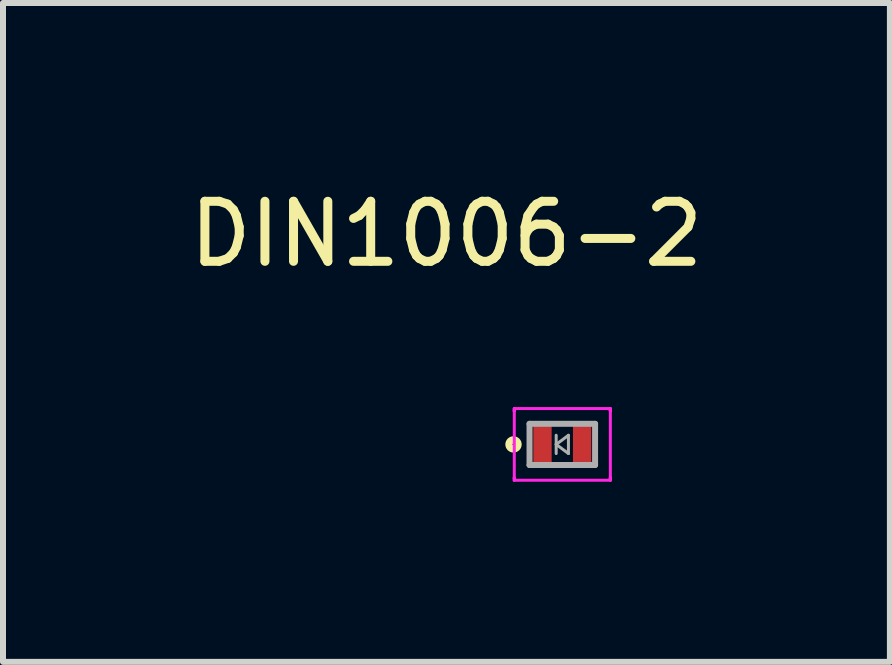
<source format=kicad_pcb>
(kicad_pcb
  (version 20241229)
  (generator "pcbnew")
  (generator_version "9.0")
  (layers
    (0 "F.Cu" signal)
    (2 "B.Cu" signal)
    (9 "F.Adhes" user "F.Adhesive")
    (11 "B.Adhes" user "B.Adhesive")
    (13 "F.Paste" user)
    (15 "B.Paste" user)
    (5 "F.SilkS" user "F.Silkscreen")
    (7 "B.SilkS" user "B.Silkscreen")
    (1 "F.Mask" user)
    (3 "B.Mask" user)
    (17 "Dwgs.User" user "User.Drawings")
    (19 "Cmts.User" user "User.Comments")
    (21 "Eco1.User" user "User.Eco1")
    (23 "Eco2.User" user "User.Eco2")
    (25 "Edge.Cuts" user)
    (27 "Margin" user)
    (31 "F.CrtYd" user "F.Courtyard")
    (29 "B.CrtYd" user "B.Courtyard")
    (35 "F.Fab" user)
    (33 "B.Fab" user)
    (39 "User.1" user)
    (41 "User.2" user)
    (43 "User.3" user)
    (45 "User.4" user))
  (footprint "DIN1006-2"
    (layer "F.Cu")
    (at 6.317 4.353)
    (property "Reference" "DIN1006-2" (at -1.93 -3.505 0) (layer "F.SilkS") (effects (font (size 1 1) (thickness 0.15))))
    (attr through_hole)
    (fp_circle (center -0.813 0) (end -0.737 0) (stroke (width 0.12) (type solid)) (fill no) (layer "F.SilkS"))
    (fp_line (start -0.8 -0.597) (end 0.8 -0.597) (stroke (width 0.05) (type solid)) (layer "F.CrtYd"))
    (fp_line (start -0.8 -0.559) (end -0.8 -0.597) (stroke (width 0.05) (type solid)) (layer "F.CrtYd"))
    (fp_line (start -0.8 -0.559) (end -0.8 -0.597) (stroke (width 0.05) (type solid)) (layer "F.CrtYd"))
    (fp_line (start -0.8 -0.559) (end -0.8 -0.559) (stroke (width 0.05) (type solid)) (layer "F.CrtYd"))
    (fp_line (start -0.8 -0.559) (end -0.8 -0.559) (stroke (width 0.05) (type solid)) (layer "F.CrtYd"))
    (fp_line (start -0.8 0.559) (end -0.8 -0.559) (stroke (width 0.05) (type solid)) (layer "F.CrtYd"))
    (fp_line (start -0.8 0.559) (end -0.8 0.559) (stroke (width 0.05) (type solid)) (layer "F.CrtYd"))
    (fp_line (start -0.8 0.559) (end -0.8 0.559) (stroke (width 0.05) (type solid)) (layer "F.CrtYd"))
    (fp_line (start -0.8 0.597) (end -0.8 0.559) (stroke (width 0.05) (type solid)) (layer "F.CrtYd"))
    (fp_line (start -0.8 0.597) (end -0.8 0.559) (stroke (width 0.05) (type solid)) (layer "F.CrtYd"))
    (fp_line (start 0.8 -0.597) (end 0.8 -0.559) (stroke (width 0.05) (type solid)) (layer "F.CrtYd"))
    (fp_line (start 0.8 -0.597) (end 0.8 -0.559) (stroke (width 0.05) (type solid)) (layer "F.CrtYd"))
    (fp_line (start 0.8 -0.559) (end 0.8 -0.559) (stroke (width 0.05) (type solid)) (layer "F.CrtYd"))
    (fp_line (start 0.8 -0.559) (end 0.8 -0.559) (stroke (width 0.05) (type solid)) (layer "F.CrtYd"))
    (fp_line (start 0.8 -0.559) (end 0.8 0.559) (stroke (width 0.05) (type solid)) (layer "F.CrtYd"))
    (fp_line (start 0.8 0.559) (end 0.8 0.559) (stroke (width 0.05) (type solid)) (layer "F.CrtYd"))
    (fp_line (start 0.8 0.559) (end 0.8 0.559) (stroke (width 0.05) (type solid)) (layer "F.CrtYd"))
    (fp_line (start 0.8 0.559) (end 0.8 0.597) (stroke (width 0.05) (type solid)) (layer "F.CrtYd"))
    (fp_line (start 0.8 0.559) (end 0.8 0.597) (stroke (width 0.05) (type solid)) (layer "F.CrtYd"))
    (fp_line (start 0.8 0.597) (end -0.8 0.597) (stroke (width 0.05) (type solid)) (layer "F.CrtYd"))
    (fp_line (start -0.546 -0.343) (end -0.546 0.343) (stroke (width 0.1) (type solid)) (layer "F.Fab"))
    (fp_line (start -0.546 0.343) (end 0.546 0.343) (stroke (width 0.1) (type solid)) (layer "F.Fab"))
    (fp_line (start -0.102 -0.152) (end -0.102 0.152) (stroke (width 0.05) (type solid)) (layer "F.Fab"))
    (fp_line (start -0.102 0) (end 0.102 -0.152) (stroke (width 0.05) (type solid)) (layer "F.Fab"))
    (fp_line (start 0.102 -0.152) (end 0.102 0.152) (stroke (width 0.05) (type solid)) (layer "F.Fab"))
    (fp_line (start 0.102 0.152) (end -0.102 0) (stroke (width 0.05) (type solid)) (layer "F.Fab"))
    (fp_line (start 0.546 -0.343) (end -0.546 -0.343) (stroke (width 0.1) (type solid)) (layer "F.Fab"))
    (fp_line (start 0.546 0.343) (end 0.546 -0.343) (stroke (width 0.1) (type solid)) (layer "F.Fab"))
    (pad "1" smd rect (at -0.33 0) (size 0.305 0.61) (layers "F.Cu" "F.Mask" "F.Paste"))
    (pad "2" smd rect (at 0.33 0) (size 0.305 0.61) (layers "F.Cu" "F.Mask" "F.Paste")))
  (gr_rect
    (start -3 -3)
    (end 11.774 7.975)
    (stroke (width 0.1) (type default))
    (fill no)
    (layer "Edge.Cuts")))
</source>
